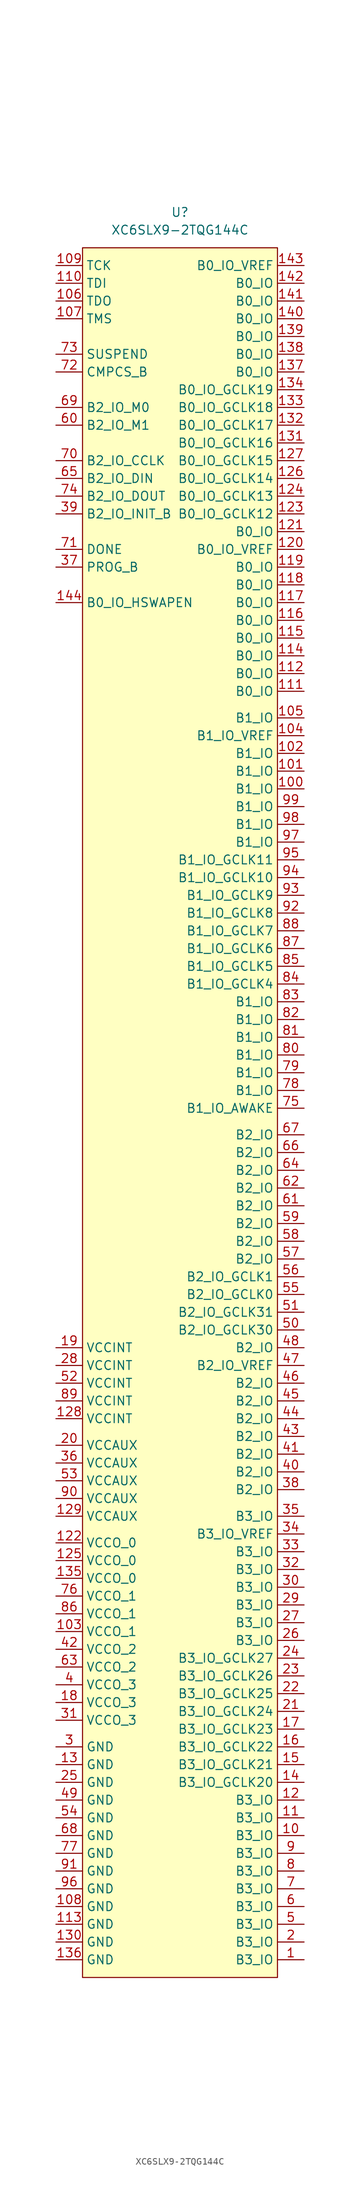
<source format=kicad_sym>
(kicad_symbol_lib
  (version 20220914)
  (generator kicad_symbol_editor)
  (symbol "XC6SLX9-2TQG144C"
    (property "Reference" "U"
      (at 0 128.27 0)
      (effects (font (size 1.27 1.27))))
    (property "Value" "XC6SLX9-2TQG144C"
      (at 0 125.73 0)
      (effects (font (size 1.27 1.27))))
    (symbol "XC6SLX9-2TQG144C_0_1"
      (rectangle (start -13.97 123.19) (end 13.97 -124.46) (stroke (width 0) (type default)) (fill (type background))))
    (symbol "XC6SLX9-2TQG144C_1_1"
      (pin passive line (at 17.78 -121.92 180) (length 3.81) (name "B3_IO" (effects (font (size 1.27 1.27)))) (number "1" (effects (font (size 1.27 1.27)))))
      (pin passive line (at 17.78 -104.14 180) (length 3.81) (name "B3_IO" (effects (font (size 1.27 1.27)))) (number "10" (effects (font (size 1.27 1.27)))))
      (pin passive line (at 17.78 45.72 180) (length 3.81) (name "B1_IO" (effects (font (size 1.27 1.27)))) (number "100" (effects (font (size 1.27 1.27)))))
      (pin passive line (at 17.78 48.26 180) (length 3.81) (name "B1_IO" (effects (font (size 1.27 1.27)))) (number "101" (effects (font (size 1.27 1.27)))))
      (pin passive line (at 17.78 50.8 180) (length 3.81) (name "B1_IO" (effects (font (size 1.27 1.27)))) (number "102" (effects (font (size 1.27 1.27)))))
      (pin power_in line (at -17.78 -74.93 0) (length 3.81) (name "VCCO_1" (effects (font (size 1.27 1.27)))) (number "103" (effects (font (size 1.27 1.27)))))
      (pin passive line (at 17.78 53.34 180) (length 3.81) (name "B1_IO_VREF" (effects (font (size 1.27 1.27)))) (number "104" (effects (font (size 1.27 1.27)))))
      (pin passive line (at 17.78 55.88 180) (length 3.81) (name "B1_IO" (effects (font (size 1.27 1.27)))) (number "105" (effects (font (size 1.27 1.27)))))
      (pin output line (at -17.78 115.57 0) (length 3.81) (name "TDO" (effects (font (size 1.27 1.27)))) (number "106" (effects (font (size 1.27 1.27)))))
      (pin input line (at -17.78 113.03 0) (length 3.81) (name "TMS" (effects (font (size 1.27 1.27)))) (number "107" (effects (font (size 1.27 1.27)))))
      (pin power_in line (at -17.78 -114.3 0) (length 3.81) (name "GND" (effects (font (size 1.27 1.27)))) (number "108" (effects (font (size 1.27 1.27)))))
      (pin input line (at -17.78 120.65 0) (length 3.81) (name "TCK" (effects (font (size 1.27 1.27)))) (number "109" (effects (font (size 1.27 1.27)))))
      (pin passive line (at 17.78 -101.6 180) (length 3.81) (name "B3_IO" (effects (font (size 1.27 1.27)))) (number "11" (effects (font (size 1.27 1.27)))))
      (pin input line (at -17.78 118.11 0) (length 3.81) (name "TDI" (effects (font (size 1.27 1.27)))) (number "110" (effects (font (size 1.27 1.27)))))
      (pin passive line (at 17.78 59.69 180) (length 3.81) (name "B0_IO" (effects (font (size 1.27 1.27)))) (number "111" (effects (font (size 1.27 1.27)))))
      (pin passive line (at 17.78 62.23 180) (length 3.81) (name "B0_IO" (effects (font (size 1.27 1.27)))) (number "112" (effects (font (size 1.27 1.27)))))
      (pin power_in line (at -17.78 -116.84 0) (length 3.81) (name "GND" (effects (font (size 1.27 1.27)))) (number "113" (effects (font (size 1.27 1.27)))))
      (pin passive line (at 17.78 64.77 180) (length 3.81) (name "B0_IO" (effects (font (size 1.27 1.27)))) (number "114" (effects (font (size 1.27 1.27)))))
      (pin passive line (at 17.78 67.31 180) (length 3.81) (name "B0_IO" (effects (font (size 1.27 1.27)))) (number "115" (effects (font (size 1.27 1.27)))))
      (pin passive line (at 17.78 69.85 180) (length 3.81) (name "B0_IO" (effects (font (size 1.27 1.27)))) (number "116" (effects (font (size 1.27 1.27)))))
      (pin passive line (at 17.78 72.39 180) (length 3.81) (name "B0_IO" (effects (font (size 1.27 1.27)))) (number "117" (effects (font (size 1.27 1.27)))))
      (pin passive line (at 17.78 74.93 180) (length 3.81) (name "B0_IO" (effects (font (size 1.27 1.27)))) (number "118" (effects (font (size 1.27 1.27)))))
      (pin passive line (at 17.78 77.47 180) (length 3.81) (name "B0_IO" (effects (font (size 1.27 1.27)))) (number "119" (effects (font (size 1.27 1.27)))))
      (pin passive line (at 17.78 -99.06 180) (length 3.81) (name "B3_IO" (effects (font (size 1.27 1.27)))) (number "12" (effects (font (size 1.27 1.27)))))
      (pin passive line (at 17.78 80.01 180) (length 3.81) (name "B0_IO_VREF" (effects (font (size 1.27 1.27)))) (number "120" (effects (font (size 1.27 1.27)))))
      (pin passive line (at 17.78 82.55 180) (length 3.81) (name "B0_IO" (effects (font (size 1.27 1.27)))) (number "121" (effects (font (size 1.27 1.27)))))
      (pin power_in line (at -17.78 -62.23 0) (length 3.81) (name "VCCO_0" (effects (font (size 1.27 1.27)))) (number "122" (effects (font (size 1.27 1.27)))))
      (pin passive line (at 17.78 85.09 180) (length 3.81) (name "B0_IO_GCLK12" (effects (font (size 1.27 1.27)))) (number "123" (effects (font (size 1.27 1.27)))))
      (pin passive line (at 17.78 87.63 180) (length 3.81) (name "B0_IO_GCLK13" (effects (font (size 1.27 1.27)))) (number "124" (effects (font (size 1.27 1.27)))))
      (pin power_in line (at -17.78 -64.77 0) (length 3.81) (name "VCCO_0" (effects (font (size 1.27 1.27)))) (number "125" (effects (font (size 1.27 1.27)))))
      (pin passive line (at 17.78 90.17 180) (length 3.81) (name "B0_IO_GCLK14" (effects (font (size 1.27 1.27)))) (number "126" (effects (font (size 1.27 1.27)))))
      (pin passive line (at 17.78 92.71 180) (length 3.81) (name "B0_IO_GCLK15" (effects (font (size 1.27 1.27)))) (number "127" (effects (font (size 1.27 1.27)))))
      (pin power_in line (at -17.78 -44.45 0) (length 3.81) (name "VCCINT" (effects (font (size 1.27 1.27)))) (number "128" (effects (font (size 1.27 1.27)))))
      (pin power_in line (at -17.78 -58.42 0) (length 3.81) (name "VCCAUX" (effects (font (size 1.27 1.27)))) (number "129" (effects (font (size 1.27 1.27)))))
      (pin power_in line (at -17.78 -93.98 0) (length 3.81) (name "GND" (effects (font (size 1.27 1.27)))) (number "13" (effects (font (size 1.27 1.27)))))
      (pin power_in line (at -17.78 -119.38 0) (length 3.81) (name "GND" (effects (font (size 1.27 1.27)))) (number "130" (effects (font (size 1.27 1.27)))))
      (pin passive line (at 17.78 95.25 180) (length 3.81) (name "B0_IO_GCLK16" (effects (font (size 1.27 1.27)))) (number "131" (effects (font (size 1.27 1.27)))))
      (pin passive line (at 17.78 97.79 180) (length 3.81) (name "B0_IO_GCLK17" (effects (font (size 1.27 1.27)))) (number "132" (effects (font (size 1.27 1.27)))))
      (pin passive line (at 17.78 100.33 180) (length 3.81) (name "B0_IO_GCLK18" (effects (font (size 1.27 1.27)))) (number "133" (effects (font (size 1.27 1.27)))))
      (pin passive line (at 17.78 102.87 180) (length 3.81) (name "B0_IO_GCLK19" (effects (font (size 1.27 1.27)))) (number "134" (effects (font (size 1.27 1.27)))))
      (pin power_in line (at -17.78 -67.31 0) (length 3.81) (name "VCCO_0" (effects (font (size 1.27 1.27)))) (number "135" (effects (font (size 1.27 1.27)))))
      (pin power_in line (at -17.78 -121.92 0) (length 3.81) (name "GND" (effects (font (size 1.27 1.27)))) (number "136" (effects (font (size 1.27 1.27)))))
      (pin passive line (at 17.78 105.41 180) (length 3.81) (name "B0_IO" (effects (font (size 1.27 1.27)))) (number "137" (effects (font (size 1.27 1.27)))))
      (pin passive line (at 17.78 107.95 180) (length 3.81) (name "B0_IO" (effects (font (size 1.27 1.27)))) (number "138" (effects (font (size 1.27 1.27)))))
      (pin passive line (at 17.78 110.49 180) (length 3.81) (name "B0_IO" (effects (font (size 1.27 1.27)))) (number "139" (effects (font (size 1.27 1.27)))))
      (pin passive line (at 17.78 -96.52 180) (length 3.81) (name "B3_IO_GCLK20" (effects (font (size 1.27 1.27)))) (number "14" (effects (font (size 1.27 1.27)))))
      (pin passive line (at 17.78 113.03 180) (length 3.81) (name "B0_IO" (effects (font (size 1.27 1.27)))) (number "140" (effects (font (size 1.27 1.27)))))
      (pin passive line (at 17.78 115.57 180) (length 3.81) (name "B0_IO" (effects (font (size 1.27 1.27)))) (number "141" (effects (font (size 1.27 1.27)))))
      (pin passive line (at 17.78 118.11 180) (length 3.81) (name "B0_IO" (effects (font (size 1.27 1.27)))) (number "142" (effects (font (size 1.27 1.27)))))
      (pin passive line (at 17.78 120.65 180) (length 3.81) (name "B0_IO_VREF" (effects (font (size 1.27 1.27)))) (number "143" (effects (font (size 1.27 1.27)))))
      (pin passive line (at -17.78 72.39 0) (length 3.81) (name "B0_IO_HSWAPEN" (effects (font (size 1.27 1.27)))) (number "144" (effects (font (size 1.27 1.27)))))
      (pin passive line (at 17.78 -93.98 180) (length 3.81) (name "B3_IO_GCLK21" (effects (font (size 1.27 1.27)))) (number "15" (effects (font (size 1.27 1.27)))))
      (pin passive line (at 17.78 -91.44 180) (length 3.81) (name "B3_IO_GCLK22" (effects (font (size 1.27 1.27)))) (number "16" (effects (font (size 1.27 1.27)))))
      (pin passive line (at 17.78 -88.9 180) (length 3.81) (name "B3_IO_GCLK23" (effects (font (size 1.27 1.27)))) (number "17" (effects (font (size 1.27 1.27)))))
      (pin power_in line (at -17.78 -85.09 0) (length 3.81) (name "VCCO_3" (effects (font (size 1.27 1.27)))) (number "18" (effects (font (size 1.27 1.27)))))
      (pin power_in line (at -17.78 -34.29 0) (length 3.81) (name "VCCINT" (effects (font (size 1.27 1.27)))) (number "19" (effects (font (size 1.27 1.27)))))
      (pin passive line (at 17.78 -119.38 180) (length 3.81) (name "B3_IO" (effects (font (size 1.27 1.27)))) (number "2" (effects (font (size 1.27 1.27)))))
      (pin power_in line (at -17.78 -48.26 0) (length 3.81) (name "VCCAUX" (effects (font (size 1.27 1.27)))) (number "20" (effects (font (size 1.27 1.27)))))
      (pin passive line (at 17.78 -86.36 180) (length 3.81) (name "B3_IO_GCLK24" (effects (font (size 1.27 1.27)))) (number "21" (effects (font (size 1.27 1.27)))))
      (pin passive line (at 17.78 -83.82 180) (length 3.81) (name "B3_IO_GCLK25" (effects (font (size 1.27 1.27)))) (number "22" (effects (font (size 1.27 1.27)))))
      (pin passive line (at 17.78 -81.28 180) (length 3.81) (name "B3_IO_GCLK26" (effects (font (size 1.27 1.27)))) (number "23" (effects (font (size 1.27 1.27)))))
      (pin passive line (at 17.78 -78.74 180) (length 3.81) (name "B3_IO_GCLK27" (effects (font (size 1.27 1.27)))) (number "24" (effects (font (size 1.27 1.27)))))
      (pin power_in line (at -17.78 -96.52 0) (length 3.81) (name "GND" (effects (font (size 1.27 1.27)))) (number "25" (effects (font (size 1.27 1.27)))))
      (pin passive line (at 17.78 -76.2 180) (length 3.81) (name "B3_IO" (effects (font (size 1.27 1.27)))) (number "26" (effects (font (size 1.27 1.27)))))
      (pin passive line (at 17.78 -73.66 180) (length 3.81) (name "B3_IO" (effects (font (size 1.27 1.27)))) (number "27" (effects (font (size 1.27 1.27)))))
      (pin power_in line (at -17.78 -36.83 0) (length 3.81) (name "VCCINT" (effects (font (size 1.27 1.27)))) (number "28" (effects (font (size 1.27 1.27)))))
      (pin passive line (at 17.78 -71.12 180) (length 3.81) (name "B3_IO" (effects (font (size 1.27 1.27)))) (number "29" (effects (font (size 1.27 1.27)))))
      (pin power_in line (at -17.78 -91.44 0) (length 3.81) (name "GND" (effects (font (size 1.27 1.27)))) (number "3" (effects (font (size 1.27 1.27)))))
      (pin passive line (at 17.78 -68.58 180) (length 3.81) (name "B3_IO" (effects (font (size 1.27 1.27)))) (number "30" (effects (font (size 1.27 1.27)))))
      (pin power_in line (at -17.78 -87.63 0) (length 3.81) (name "VCCO_3" (effects (font (size 1.27 1.27)))) (number "31" (effects (font (size 1.27 1.27)))))
      (pin passive line (at 17.78 -66.04 180) (length 3.81) (name "B3_IO" (effects (font (size 1.27 1.27)))) (number "32" (effects (font (size 1.27 1.27)))))
      (pin passive line (at 17.78 -63.5 180) (length 3.81) (name "B3_IO" (effects (font (size 1.27 1.27)))) (number "33" (effects (font (size 1.27 1.27)))))
      (pin passive line (at 17.78 -60.96 180) (length 3.81) (name "B3_IO_VREF" (effects (font (size 1.27 1.27)))) (number "34" (effects (font (size 1.27 1.27)))))
      (pin passive line (at 17.78 -58.42 180) (length 3.81) (name "B3_IO" (effects (font (size 1.27 1.27)))) (number "35" (effects (font (size 1.27 1.27)))))
      (pin power_in line (at -17.78 -50.8 0) (length 3.81) (name "VCCAUX" (effects (font (size 1.27 1.27)))) (number "36" (effects (font (size 1.27 1.27)))))
      (pin input line (at -17.78 77.47 0) (length 3.81) (name "PROG_B" (effects (font (size 1.27 1.27)))) (number "37" (effects (font (size 1.27 1.27)))))
      (pin passive line (at 17.78 -54.61 180) (length 3.81) (name "B2_IO" (effects (font (size 1.27 1.27)))) (number "38" (effects (font (size 1.27 1.27)))))
      (pin passive line (at -17.78 85.09 0) (length 3.81) (name "B2_IO_INIT_B" (effects (font (size 1.27 1.27)))) (number "39" (effects (font (size 1.27 1.27)))))
      (pin power_in line (at -17.78 -82.55 0) (length 3.81) (name "VCCO_3" (effects (font (size 1.27 1.27)))) (number "4" (effects (font (size 1.27 1.27)))))
      (pin passive line (at 17.78 -52.07 180) (length 3.81) (name "B2_IO" (effects (font (size 1.27 1.27)))) (number "40" (effects (font (size 1.27 1.27)))))
      (pin passive line (at 17.78 -49.53 180) (length 3.81) (name "B2_IO" (effects (font (size 1.27 1.27)))) (number "41" (effects (font (size 1.27 1.27)))))
      (pin power_in line (at -17.78 -77.47 0) (length 3.81) (name "VCCO_2" (effects (font (size 1.27 1.27)))) (number "42" (effects (font (size 1.27 1.27)))))
      (pin passive line (at 17.78 -46.99 180) (length 3.81) (name "B2_IO" (effects (font (size 1.27 1.27)))) (number "43" (effects (font (size 1.27 1.27)))))
      (pin passive line (at 17.78 -44.45 180) (length 3.81) (name "B2_IO" (effects (font (size 1.27 1.27)))) (number "44" (effects (font (size 1.27 1.27)))))
      (pin passive line (at 17.78 -41.91 180) (length 3.81) (name "B2_IO" (effects (font (size 1.27 1.27)))) (number "45" (effects (font (size 1.27 1.27)))))
      (pin passive line (at 17.78 -39.37 180) (length 3.81) (name "B2_IO" (effects (font (size 1.27 1.27)))) (number "46" (effects (font (size 1.27 1.27)))))
      (pin passive line (at 17.78 -36.83 180) (length 3.81) (name "B2_IO_VREF" (effects (font (size 1.27 1.27)))) (number "47" (effects (font (size 1.27 1.27)))))
      (pin passive line (at 17.78 -34.29 180) (length 3.81) (name "B2_IO" (effects (font (size 1.27 1.27)))) (number "48" (effects (font (size 1.27 1.27)))))
      (pin power_in line (at -17.78 -99.06 0) (length 3.81) (name "GND" (effects (font (size 1.27 1.27)))) (number "49" (effects (font (size 1.27 1.27)))))
      (pin passive line (at 17.78 -116.84 180) (length 3.81) (name "B3_IO" (effects (font (size 1.27 1.27)))) (number "5" (effects (font (size 1.27 1.27)))))
      (pin passive line (at 17.78 -31.75 180) (length 3.81) (name "B2_IO_GCLK30" (effects (font (size 1.27 1.27)))) (number "50" (effects (font (size 1.27 1.27)))))
      (pin passive line (at 17.78 -29.21 180) (length 3.81) (name "B2_IO_GCLK31" (effects (font (size 1.27 1.27)))) (number "51" (effects (font (size 1.27 1.27)))))
      (pin power_in line (at -17.78 -39.37 0) (length 3.81) (name "VCCINT" (effects (font (size 1.27 1.27)))) (number "52" (effects (font (size 1.27 1.27)))))
      (pin power_in line (at -17.78 -53.34 0) (length 3.81) (name "VCCAUX" (effects (font (size 1.27 1.27)))) (number "53" (effects (font (size 1.27 1.27)))))
      (pin power_in line (at -17.78 -101.6 0) (length 3.81) (name "GND" (effects (font (size 1.27 1.27)))) (number "54" (effects (font (size 1.27 1.27)))))
      (pin passive line (at 17.78 -26.67 180) (length 3.81) (name "B2_IO_GCLK0" (effects (font (size 1.27 1.27)))) (number "55" (effects (font (size 1.27 1.27)))))
      (pin passive line (at 17.78 -24.13 180) (length 3.81) (name "B2_IO_GCLK1" (effects (font (size 1.27 1.27)))) (number "56" (effects (font (size 1.27 1.27)))))
      (pin passive line (at 17.78 -21.59 180) (length 3.81) (name "B2_IO" (effects (font (size 1.27 1.27)))) (number "57" (effects (font (size 1.27 1.27)))))
      (pin passive line (at 17.78 -19.05 180) (length 3.81) (name "B2_IO" (effects (font (size 1.27 1.27)))) (number "58" (effects (font (size 1.27 1.27)))))
      (pin passive line (at 17.78 -16.51 180) (length 3.81) (name "B2_IO" (effects (font (size 1.27 1.27)))) (number "59" (effects (font (size 1.27 1.27)))))
      (pin passive line (at 17.78 -114.3 180) (length 3.81) (name "B3_IO" (effects (font (size 1.27 1.27)))) (number "6" (effects (font (size 1.27 1.27)))))
      (pin passive line (at -17.78 97.79 0) (length 3.81) (name "B2_IO_M1" (effects (font (size 1.27 1.27)))) (number "60" (effects (font (size 1.27 1.27)))))
      (pin passive line (at 17.78 -13.97 180) (length 3.81) (name "B2_IO" (effects (font (size 1.27 1.27)))) (number "61" (effects (font (size 1.27 1.27)))))
      (pin passive line (at 17.78 -11.43 180) (length 3.81) (name "B2_IO" (effects (font (size 1.27 1.27)))) (number "62" (effects (font (size 1.27 1.27)))))
      (pin power_in line (at -17.78 -80.01 0) (length 3.81) (name "VCCO_2" (effects (font (size 1.27 1.27)))) (number "63" (effects (font (size 1.27 1.27)))))
      (pin passive line (at 17.78 -8.89 180) (length 3.81) (name "B2_IO" (effects (font (size 1.27 1.27)))) (number "64" (effects (font (size 1.27 1.27)))))
      (pin passive line (at -17.78 90.17 0) (length 3.81) (name "B2_IO_DIN" (effects (font (size 1.27 1.27)))) (number "65" (effects (font (size 1.27 1.27)))))
      (pin passive line (at 17.78 -6.35 180) (length 3.81) (name "B2_IO" (effects (font (size 1.27 1.27)))) (number "66" (effects (font (size 1.27 1.27)))))
      (pin passive line (at 17.78 -3.81 180) (length 3.81) (name "B2_IO" (effects (font (size 1.27 1.27)))) (number "67" (effects (font (size 1.27 1.27)))))
      (pin power_in line (at -17.78 -104.14 0) (length 3.81) (name "GND" (effects (font (size 1.27 1.27)))) (number "68" (effects (font (size 1.27 1.27)))))
      (pin passive line (at -17.78 100.33 0) (length 3.81) (name "B2_IO_M0" (effects (font (size 1.27 1.27)))) (number "69" (effects (font (size 1.27 1.27)))))
      (pin passive line (at 17.78 -111.76 180) (length 3.81) (name "B3_IO" (effects (font (size 1.27 1.27)))) (number "7" (effects (font (size 1.27 1.27)))))
      (pin passive line (at -17.78 92.71 0) (length 3.81) (name "B2_IO_CCLK" (effects (font (size 1.27 1.27)))) (number "70" (effects (font (size 1.27 1.27)))))
      (pin output line (at -17.78 80.01 0) (length 3.81) (name "DONE" (effects (font (size 1.27 1.27)))) (number "71" (effects (font (size 1.27 1.27)))))
      (pin input line (at -17.78 105.41 0) (length 3.81) (name "CMPCS_B" (effects (font (size 1.27 1.27)))) (number "72" (effects (font (size 1.27 1.27)))))
      (pin input line (at -17.78 107.95 0) (length 3.81) (name "SUSPEND" (effects (font (size 1.27 1.27)))) (number "73" (effects (font (size 1.27 1.27)))))
      (pin passive line (at -17.78 87.63 0) (length 3.81) (name "B2_IO_DOUT" (effects (font (size 1.27 1.27)))) (number "74" (effects (font (size 1.27 1.27)))))
      (pin passive line (at 17.78 0 180) (length 3.81) (name "B1_IO_AWAKE" (effects (font (size 1.27 1.27)))) (number "75" (effects (font (size 1.27 1.27)))))
      (pin power_in line (at -17.78 -69.85 0) (length 3.81) (name "VCCO_1" (effects (font (size 1.27 1.27)))) (number "76" (effects (font (size 1.27 1.27)))))
      (pin power_in line (at -17.78 -106.68 0) (length 3.81) (name "GND" (effects (font (size 1.27 1.27)))) (number "77" (effects (font (size 1.27 1.27)))))
      (pin passive line (at 17.78 2.54 180) (length 3.81) (name "B1_IO" (effects (font (size 1.27 1.27)))) (number "78" (effects (font (size 1.27 1.27)))))
      (pin passive line (at 17.78 5.08 180) (length 3.81) (name "B1_IO" (effects (font (size 1.27 1.27)))) (number "79" (effects (font (size 1.27 1.27)))))
      (pin passive line (at 17.78 -109.22 180) (length 3.81) (name "B3_IO" (effects (font (size 1.27 1.27)))) (number "8" (effects (font (size 1.27 1.27)))))
      (pin passive line (at 17.78 7.62 180) (length 3.81) (name "B1_IO" (effects (font (size 1.27 1.27)))) (number "80" (effects (font (size 1.27 1.27)))))
      (pin passive line (at 17.78 10.16 180) (length 3.81) (name "B1_IO" (effects (font (size 1.27 1.27)))) (number "81" (effects (font (size 1.27 1.27)))))
      (pin passive line (at 17.78 12.7 180) (length 3.81) (name "B1_IO" (effects (font (size 1.27 1.27)))) (number "82" (effects (font (size 1.27 1.27)))))
      (pin passive line (at 17.78 15.24 180) (length 3.81) (name "B1_IO" (effects (font (size 1.27 1.27)))) (number "83" (effects (font (size 1.27 1.27)))))
      (pin passive line (at 17.78 17.78 180) (length 3.81) (name "B1_IO_GCLK4" (effects (font (size 1.27 1.27)))) (number "84" (effects (font (size 1.27 1.27)))))
      (pin passive line (at 17.78 20.32 180) (length 3.81) (name "B1_IO_GCLK5" (effects (font (size 1.27 1.27)))) (number "85" (effects (font (size 1.27 1.27)))))
      (pin power_in line (at -17.78 -72.39 0) (length 3.81) (name "VCCO_1" (effects (font (size 1.27 1.27)))) (number "86" (effects (font (size 1.27 1.27)))))
      (pin passive line (at 17.78 22.86 180) (length 3.81) (name "B1_IO_GCLK6" (effects (font (size 1.27 1.27)))) (number "87" (effects (font (size 1.27 1.27)))))
      (pin passive line (at 17.78 25.4 180) (length 3.81) (name "B1_IO_GCLK7" (effects (font (size 1.27 1.27)))) (number "88" (effects (font (size 1.27 1.27)))))
      (pin power_in line (at -17.78 -41.91 0) (length 3.81) (name "VCCINT" (effects (font (size 1.27 1.27)))) (number "89" (effects (font (size 1.27 1.27)))))
      (pin passive line (at 17.78 -106.68 180) (length 3.81) (name "B3_IO" (effects (font (size 1.27 1.27)))) (number "9" (effects (font (size 1.27 1.27)))))
      (pin power_in line (at -17.78 -55.88 0) (length 3.81) (name "VCCAUX" (effects (font (size 1.27 1.27)))) (number "90" (effects (font (size 1.27 1.27)))))
      (pin power_in line (at -17.78 -109.22 0) (length 3.81) (name "GND" (effects (font (size 1.27 1.27)))) (number "91" (effects (font (size 1.27 1.27)))))
      (pin passive line (at 17.78 27.94 180) (length 3.81) (name "B1_IO_GCLK8" (effects (font (size 1.27 1.27)))) (number "92" (effects (font (size 1.27 1.27)))))
      (pin passive line (at 17.78 30.48 180) (length 3.81) (name "B1_IO_GCLK9" (effects (font (size 1.27 1.27)))) (number "93" (effects (font (size 1.27 1.27)))))
      (pin passive line (at 17.78 33.02 180) (length 3.81) (name "B1_IO_GCLK10" (effects (font (size 1.27 1.27)))) (number "94" (effects (font (size 1.27 1.27)))))
      (pin passive line (at 17.78 35.56 180) (length 3.81) (name "B1_IO_GCLK11" (effects (font (size 1.27 1.27)))) (number "95" (effects (font (size 1.27 1.27)))))
      (pin power_in line (at -17.78 -111.76 0) (length 3.81) (name "GND" (effects (font (size 1.27 1.27)))) (number "96" (effects (font (size 1.27 1.27)))))
      (pin passive line (at 17.78 38.1 180) (length 3.81) (name "B1_IO" (effects (font (size 1.27 1.27)))) (number "97" (effects (font (size 1.27 1.27)))))
      (pin passive line (at 17.78 40.64 180) (length 3.81) (name "B1_IO" (effects (font (size 1.27 1.27)))) (number "98" (effects (font (size 1.27 1.27)))))
      (pin passive line (at 17.78 43.18 180) (length 3.81) (name "B1_IO" (effects (font (size 1.27 1.27)))) (number "99" (effects (font (size 1.27 1.27))))))))
</source>
